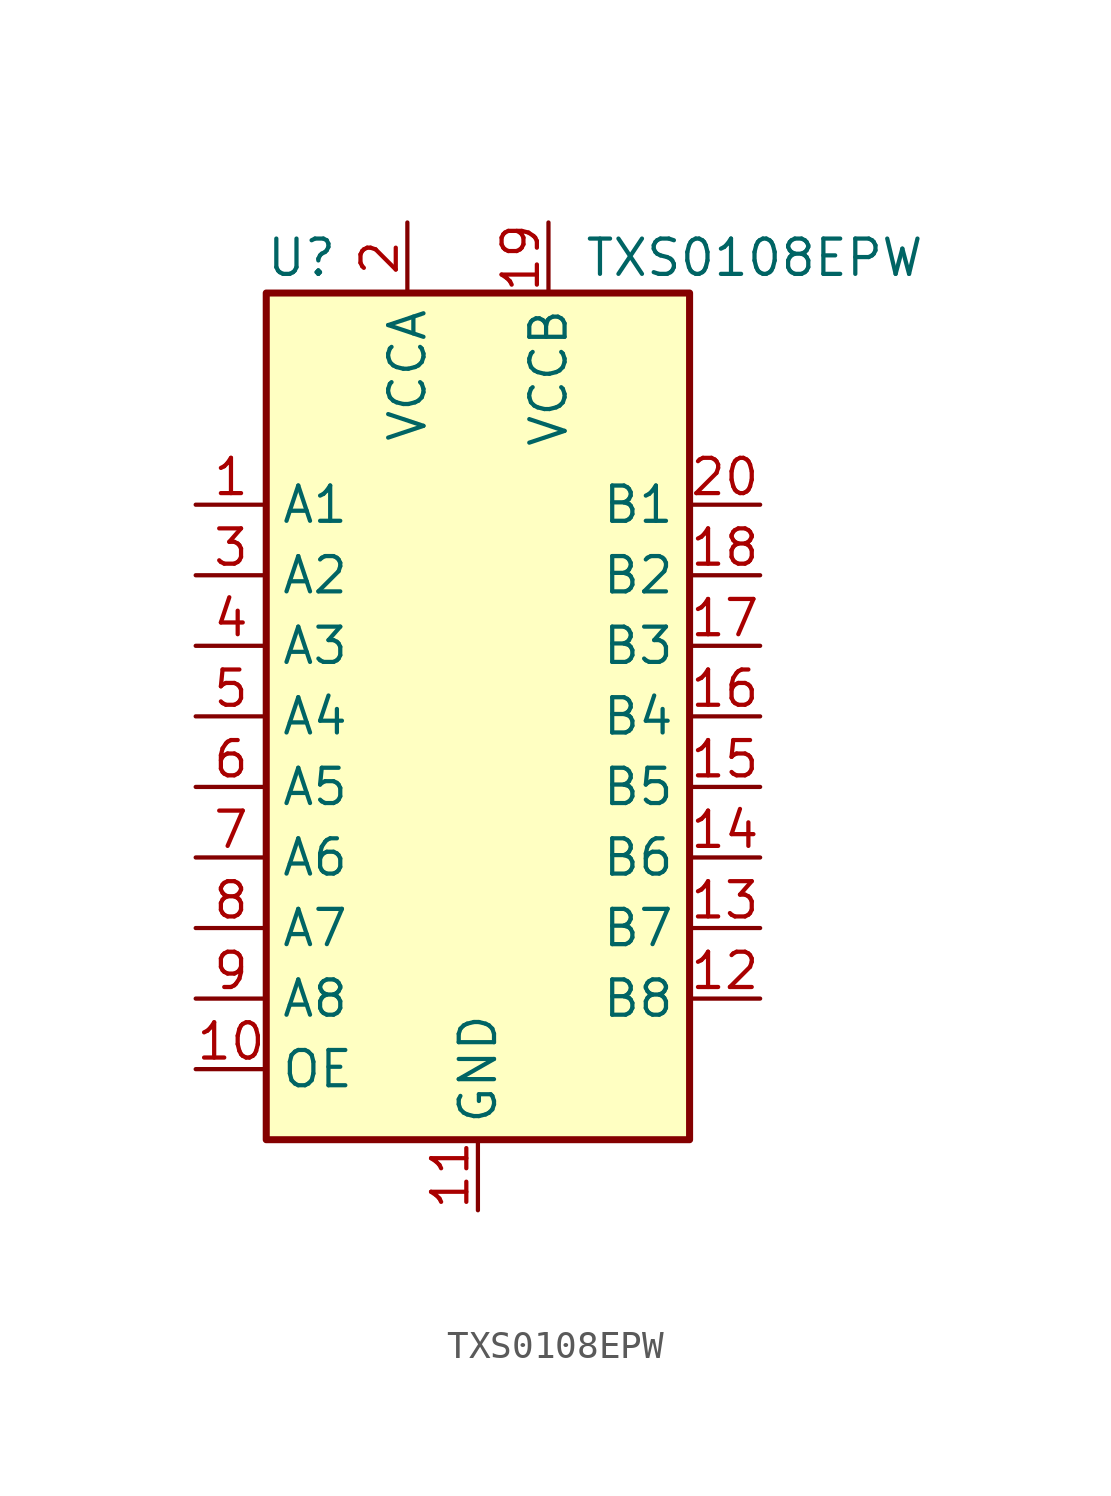
<source format=kicad_sym>
(kicad_symbol_lib
  (version 20211014)
  (generator kicad_symbol_editor)
  (symbol "TXS0108EPW"
    (property "Reference" "U"
      (at -6.35 16.51 0)
      (effects (font (size 1.27 1.27))))
    (property "Value" "TXS0108EPW"
      (at 3.81 16.51 0)
      (effects (font (size 1.27 1.27)) (justify left)))
    (symbol "TXS0108EPW_0_1"
      (rectangle (start -7.62 15.24) (end 7.62 -15.24) (stroke (width 0.254) (type default) (color 0 0 0 0)) (fill (type background))))
    (symbol "TXS0108EPW_1_1"
      (pin bidirectional line (at -10.16 7.62 0) (length 2.54) (name "A1" (effects (font (size 1.27 1.27)))) (number "1" (effects (font (size 1.27 1.27)))))
      (pin input line (at -10.16 -12.7 0) (length 2.54) (name "OE" (effects (font (size 1.27 1.27)))) (number "10" (effects (font (size 1.27 1.27)))))
      (pin power_in line (at 0 -17.78 90) (length 2.54) (name "GND" (effects (font (size 1.27 1.27)))) (number "11" (effects (font (size 1.27 1.27)))))
      (pin bidirectional line (at 10.16 -10.16 180) (length 2.54) (name "B8" (effects (font (size 1.27 1.27)))) (number "12" (effects (font (size 1.27 1.27)))))
      (pin bidirectional line (at 10.16 -7.62 180) (length 2.54) (name "B7" (effects (font (size 1.27 1.27)))) (number "13" (effects (font (size 1.27 1.27)))))
      (pin bidirectional line (at 10.16 -5.08 180) (length 2.54) (name "B6" (effects (font (size 1.27 1.27)))) (number "14" (effects (font (size 1.27 1.27)))))
      (pin bidirectional line (at 10.16 -2.54 180) (length 2.54) (name "B5" (effects (font (size 1.27 1.27)))) (number "15" (effects (font (size 1.27 1.27)))))
      (pin bidirectional line (at 10.16 0 180) (length 2.54) (name "B4" (effects (font (size 1.27 1.27)))) (number "16" (effects (font (size 1.27 1.27)))))
      (pin bidirectional line (at 10.16 2.54 180) (length 2.54) (name "B3" (effects (font (size 1.27 1.27)))) (number "17" (effects (font (size 1.27 1.27)))))
      (pin bidirectional line (at 10.16 5.08 180) (length 2.54) (name "B2" (effects (font (size 1.27 1.27)))) (number "18" (effects (font (size 1.27 1.27)))))
      (pin power_in line (at 2.54 17.78 270) (length 2.54) (name "VCCB" (effects (font (size 1.27 1.27)))) (number "19" (effects (font (size 1.27 1.27)))))
      (pin power_in line (at -2.54 17.78 270) (length 2.54) (name "VCCA" (effects (font (size 1.27 1.27)))) (number "2" (effects (font (size 1.27 1.27)))))
      (pin bidirectional line (at 10.16 7.62 180) (length 2.54) (name "B1" (effects (font (size 1.27 1.27)))) (number "20" (effects (font (size 1.27 1.27)))))
      (pin bidirectional line (at -10.16 5.08 0) (length 2.54) (name "A2" (effects (font (size 1.27 1.27)))) (number "3" (effects (font (size 1.27 1.27)))))
      (pin bidirectional line (at -10.16 2.54 0) (length 2.54) (name "A3" (effects (font (size 1.27 1.27)))) (number "4" (effects (font (size 1.27 1.27)))))
      (pin bidirectional line (at -10.16 0 0) (length 2.54) (name "A4" (effects (font (size 1.27 1.27)))) (number "5" (effects (font (size 1.27 1.27)))))
      (pin bidirectional line (at -10.16 -2.54 0) (length 2.54) (name "A5" (effects (font (size 1.27 1.27)))) (number "6" (effects (font (size 1.27 1.27)))))
      (pin bidirectional line (at -10.16 -5.08 0) (length 2.54) (name "A6" (effects (font (size 1.27 1.27)))) (number "7" (effects (font (size 1.27 1.27)))))
      (pin bidirectional line (at -10.16 -7.62 0) (length 2.54) (name "A7" (effects (font (size 1.27 1.27)))) (number "8" (effects (font (size 1.27 1.27)))))
      (pin bidirectional line (at -10.16 -10.16 0) (length 2.54) (name "A8" (effects (font (size 1.27 1.27)))) (number "9" (effects (font (size 1.27 1.27))))))))
</source>
